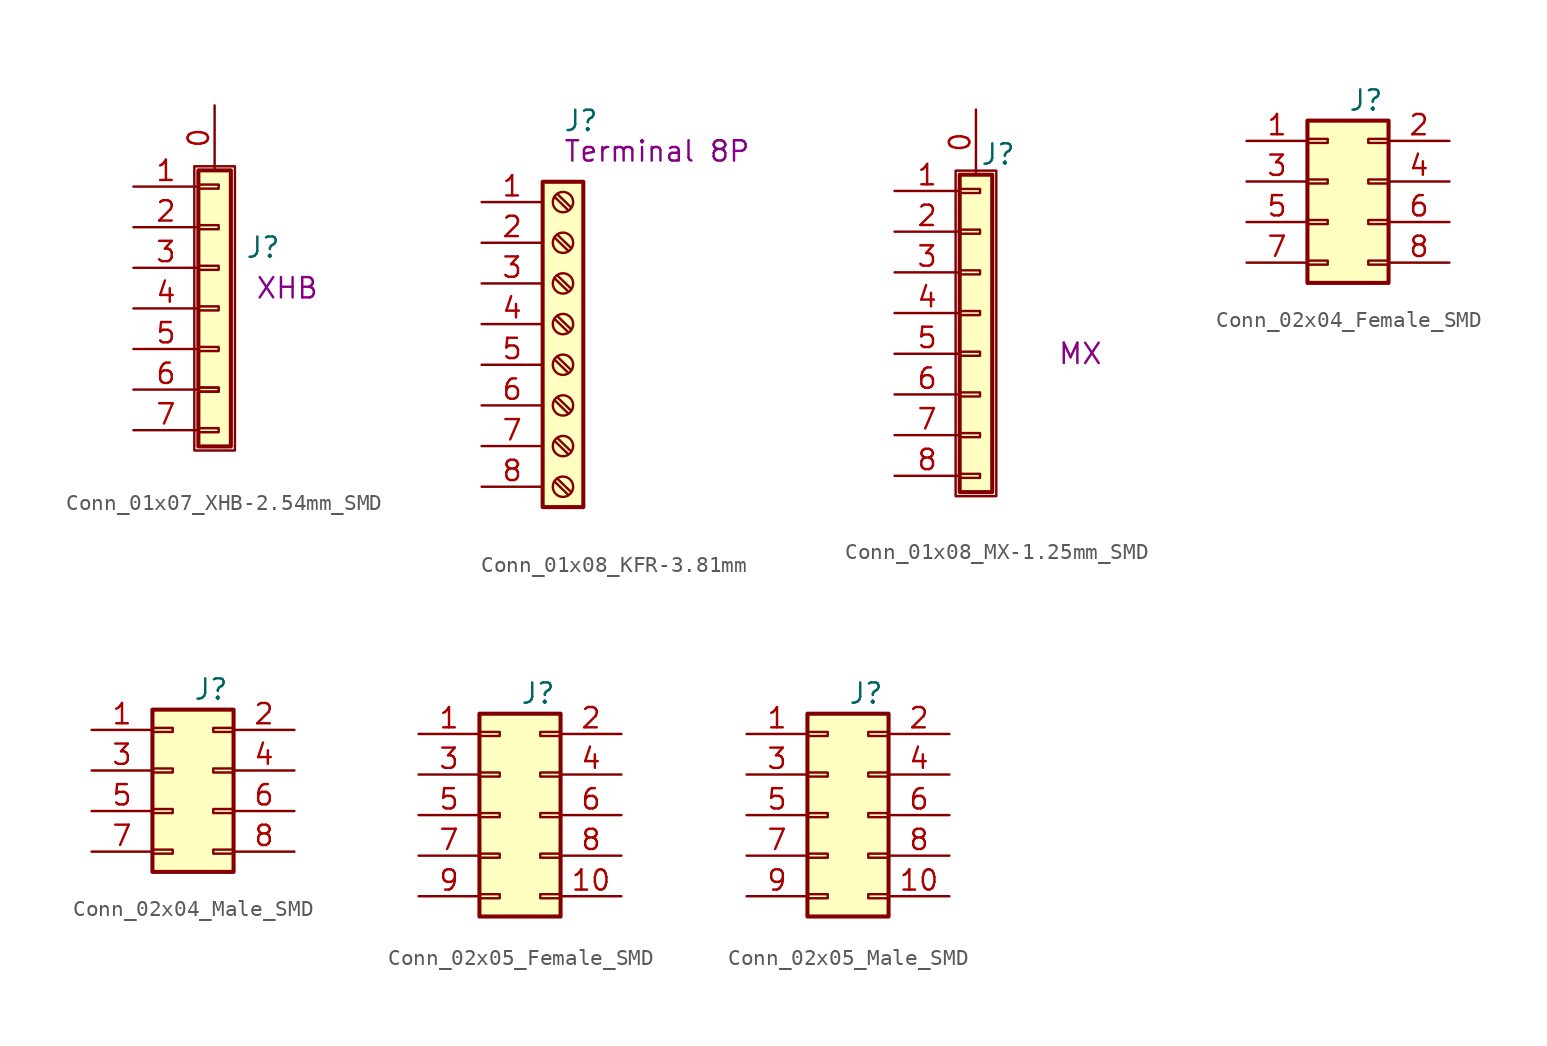
<source format=kicad_sym>
(kicad_symbol_lib
  (version 20211014)
  (generator kicad_symbol_editor)
  (symbol "Conn_01x07_XHB-2.54mm_SMD"
    (pin_names
      (offset 1.016) hide)
    (property "Reference" "J"
      (at 1.905 3.81 0)
      (effects (font (size 1.27 1.27)) (justify left)))
    (property "Symbol" "XHB"
      (at 2.54 1.27 0)
      (effects (font (size 1.27 1.27)) (justify left)))
    (symbol "Conn_01x07_XHB-2.54mm_SMD_1_1"
      (rectangle (start -1.27 8.89) (end 1.27 -8.89) (stroke (width 0.152) (type default) (color 0 0 0 0)) (fill (type none)))
      (rectangle (start -1.016 -7.493) (end 0.254 -7.747) (stroke (width 0.152) (type default) (color 0 0 0 0)) (fill (type none)))
      (rectangle (start -1.016 -4.953) (end 0.254 -5.207) (stroke (width 0.152) (type default) (color 0 0 0 0)) (fill (type none)))
      (rectangle (start -1.016 -4.953) (end 0.254 -5.207) (stroke (width 0.152) (type default) (color 0 0 0 0)) (fill (type none)))
      (rectangle (start -1.016 -2.413) (end 0.254 -2.667) (stroke (width 0.152) (type default) (color 0 0 0 0)) (fill (type none)))
      (rectangle (start -1.016 0.127) (end 0.254 -0.127) (stroke (width 0.152) (type default) (color 0 0 0 0)) (fill (type none)))
      (rectangle (start -1.016 2.667) (end 0.254 2.413) (stroke (width 0.152) (type default) (color 0 0 0 0)) (fill (type none)))
      (rectangle (start -1.016 5.207) (end 0.254 4.953) (stroke (width 0.152) (type default) (color 0 0 0 0)) (fill (type none)))
      (rectangle (start -1.016 7.747) (end 0.254 7.493) (stroke (width 0.152) (type default) (color 0 0 0 0)) (fill (type none)))
      (rectangle (start -1.016 8.636) (end 1.016 -8.636) (stroke (width 0.254) (type default) (color 0 0 0 0)) (fill (type background)))
      (pin passive line (at 0 12.7 270) (length 4.064) (name "Pin_0" (effects (font (size 1.27 1.27)))) (number "0" (effects (font (size 1.27 1.27)))))
      (pin passive line (at -5.08 7.62 0) (length 4.064) (name "Pin_1" (effects (font (size 1.27 1.27)))) (number "1" (effects (font (size 1.27 1.27)))))
      (pin passive line (at -5.08 5.08 0) (length 4.064) (name "Pin_2" (effects (font (size 1.27 1.27)))) (number "2" (effects (font (size 1.27 1.27)))))
      (pin passive line (at -5.08 2.54 0) (length 4.064) (name "Pin_3" (effects (font (size 1.27 1.27)))) (number "3" (effects (font (size 1.27 1.27)))))
      (pin passive line (at -5.08 0 0) (length 4.064) (name "Pin_4" (effects (font (size 1.27 1.27)))) (number "4" (effects (font (size 1.27 1.27)))))
      (pin passive line (at -5.08 -2.54 0) (length 4.064) (name "Pin_5" (effects (font (size 1.27 1.27)))) (number "5" (effects (font (size 1.27 1.27)))))
      (pin passive line (at -5.08 -5.08 0) (length 4.064) (name "Pin_6" (effects (font (size 1.27 1.27)))) (number "6" (effects (font (size 1.27 1.27)))))
      (pin passive line (at -5.08 -7.62 0) (length 4.064) (name "Pin_7" (effects (font (size 1.27 1.27)))) (number "7" (effects (font (size 1.27 1.27)))))))
  (symbol "Conn_01x08_KFR-3.81mm"
    (pin_names
      (offset 1.016))
    (property "Reference" "J"
      (at 0 11.43 0)
      (effects (font (size 1.27 1.27)) (justify left)))
    (property "Symbol" "Terminal 8P"
      (at 0 9.525 0)
      (effects (font (size 1.27 1.27)) (justify left)))
    (symbol "Conn_01x08_KFR-3.81mm_1_1"
      (rectangle (start -1.27 7.62) (end 1.27 -12.7) (stroke (width 0.254) (type default) (color 0 0 0 0)) (fill (type background)))
      (circle (center 0 -11.43) (radius 0.635) (stroke (width 0.152) (type default) (color 0 0 0 0)) (fill (type none)))
      (circle (center 0 -8.89) (radius 0.635) (stroke (width 0.152) (type default) (color 0 0 0 0)) (fill (type none)))
      (circle (center 0 -6.35) (radius 0.635) (stroke (width 0.152) (type default) (color 0 0 0 0)) (fill (type none)))
      (circle (center 0 -3.81) (radius 0.635) (stroke (width 0.152) (type default) (color 0 0 0 0)) (fill (type none)))
      (circle (center 0 -1.27) (radius 0.635) (stroke (width 0.152) (type default) (color 0 0 0 0)) (fill (type none)))
      (polyline (pts (xy -0.533 -11.1) (xy 0.33 -11.938)) (stroke (width 0.152) (type default) (color 0 0 0 0)) (fill (type none)))
      (polyline (pts (xy -0.533 -8.56) (xy 0.33 -9.398)) (stroke (width 0.152) (type default) (color 0 0 0 0)) (fill (type none)))
      (polyline (pts (xy -0.533 -6.02) (xy 0.33 -6.858)) (stroke (width 0.152) (type default) (color 0 0 0 0)) (fill (type none)))
      (polyline (pts (xy -0.533 -3.48) (xy 0.33 -4.318)) (stroke (width 0.152) (type default) (color 0 0 0 0)) (fill (type none)))
      (polyline (pts (xy -0.533 -0.94) (xy 0.33 -1.778)) (stroke (width 0.152) (type default) (color 0 0 0 0)) (fill (type none)))
      (polyline (pts (xy -0.533 1.6) (xy 0.33 0.762)) (stroke (width 0.152) (type default) (color 0 0 0 0)) (fill (type none)))
      (polyline (pts (xy -0.533 4.14) (xy 0.33 3.302)) (stroke (width 0.152) (type default) (color 0 0 0 0)) (fill (type none)))
      (polyline (pts (xy -0.533 6.68) (xy 0.33 5.842)) (stroke (width 0.152) (type default) (color 0 0 0 0)) (fill (type none)))
      (polyline (pts (xy -0.356 -10.922) (xy 0.508 -11.76)) (stroke (width 0.152) (type default) (color 0 0 0 0)) (fill (type none)))
      (polyline (pts (xy -0.356 -8.382) (xy 0.508 -9.22)) (stroke (width 0.152) (type default) (color 0 0 0 0)) (fill (type none)))
      (polyline (pts (xy -0.356 -5.842) (xy 0.508 -6.68)) (stroke (width 0.152) (type default) (color 0 0 0 0)) (fill (type none)))
      (polyline (pts (xy -0.356 -3.302) (xy 0.508 -4.14)) (stroke (width 0.152) (type default) (color 0 0 0 0)) (fill (type none)))
      (polyline (pts (xy -0.356 -0.762) (xy 0.508 -1.6)) (stroke (width 0.152) (type default) (color 0 0 0 0)) (fill (type none)))
      (polyline (pts (xy -0.356 1.778) (xy 0.508 0.94)) (stroke (width 0.152) (type default) (color 0 0 0 0)) (fill (type none)))
      (polyline (pts (xy -0.356 4.318) (xy 0.508 3.48)) (stroke (width 0.152) (type default) (color 0 0 0 0)) (fill (type none)))
      (polyline (pts (xy -0.356 6.858) (xy 0.508 6.02)) (stroke (width 0.152) (type default) (color 0 0 0 0)) (fill (type none)))
      (circle (center 0 1.27) (radius 0.635) (stroke (width 0.152) (type default) (color 0 0 0 0)) (fill (type none)))
      (circle (center 0 3.81) (radius 0.635) (stroke (width 0.152) (type default) (color 0 0 0 0)) (fill (type none)))
      (circle (center 0 6.35) (radius 0.635) (stroke (width 0.152) (type default) (color 0 0 0 0)) (fill (type none)))
      (pin passive line (at -5.08 6.35 0) (length 3.81) (name "~" (effects (font (size 1.27 1.27)))) (number "1" (effects (font (size 1.27 1.27)))))
      (pin passive line (at -5.08 3.81 0) (length 3.81) (name "~" (effects (font (size 1.27 1.27)))) (number "2" (effects (font (size 1.27 1.27)))))
      (pin passive line (at -5.08 1.27 0) (length 3.81) (name "~" (effects (font (size 1.27 1.27)))) (number "3" (effects (font (size 1.27 1.27)))))
      (pin passive line (at -5.08 -1.27 0) (length 3.81) (name "~" (effects (font (size 1.27 1.27)))) (number "4" (effects (font (size 1.27 1.27)))))
      (pin passive line (at -5.08 -3.81 0) (length 3.81) (name "~" (effects (font (size 1.27 1.27)))) (number "5" (effects (font (size 1.27 1.27)))))
      (pin passive line (at -5.08 -6.35 0) (length 3.81) (name "~" (effects (font (size 1.27 1.27)))) (number "6" (effects (font (size 1.27 1.27)))))
      (pin passive line (at -5.08 -8.89 0) (length 3.81) (name "~" (effects (font (size 1.27 1.27)))) (number "7" (effects (font (size 1.27 1.27)))))
      (pin passive line (at -5.08 -11.43 0) (length 3.81) (name "~" (effects (font (size 1.27 1.27)))) (number "8" (effects (font (size 1.27 1.27)))))))
  (symbol "Conn_01x08_MX-1.25mm_SMD"
    (pin_names
      (offset 1.016) hide)
    (property "Reference" "J"
      (at 0.254 12.446 0)
      (effects (font (size 1.27 1.27)) (justify left)))
    (property "Symbol" "MX"
      (at 5.08 0 0)
      (effects (font (size 1.27 1.27)) (justify left)))
    (symbol "Conn_01x08_MX-1.25mm_SMD_1_1"
      (rectangle (start -1.27 11.43) (end 1.27 -8.89) (stroke (width 0.152) (type default) (color 0 0 0 0)) (fill (type none)))
      (rectangle (start -1.016 -7.493) (end 0.254 -7.747) (stroke (width 0.152) (type default) (color 0 0 0 0)) (fill (type none)))
      (rectangle (start -1.016 -4.953) (end 0.254 -5.207) (stroke (width 0.152) (type default) (color 0 0 0 0)) (fill (type none)))
      (rectangle (start -1.016 -2.413) (end 0.254 -2.667) (stroke (width 0.152) (type default) (color 0 0 0 0)) (fill (type none)))
      (rectangle (start -1.016 0.127) (end 0.254 -0.127) (stroke (width 0.152) (type default) (color 0 0 0 0)) (fill (type none)))
      (rectangle (start -1.016 2.667) (end 0.254 2.413) (stroke (width 0.152) (type default) (color 0 0 0 0)) (fill (type none)))
      (rectangle (start -1.016 5.207) (end 0.254 4.953) (stroke (width 0.152) (type default) (color 0 0 0 0)) (fill (type none)))
      (rectangle (start -1.016 7.747) (end 0.254 7.493) (stroke (width 0.152) (type default) (color 0 0 0 0)) (fill (type none)))
      (rectangle (start -1.016 10.287) (end 0.254 10.033) (stroke (width 0.152) (type default) (color 0 0 0 0)) (fill (type none)))
      (rectangle (start -1.016 11.176) (end 1.016 -8.636) (stroke (width 0.254) (type default) (color 0 0 0 0)) (fill (type background)))
      (pin passive line (at 0 15.24 270) (length 4.064) (name "Pin_0" (effects (font (size 1.27 1.27)))) (number "0" (effects (font (size 1.27 1.27)))))
      (pin passive line (at -5.08 10.16 0) (length 4.064) (name "Pin_1" (effects (font (size 1.27 1.27)))) (number "1" (effects (font (size 1.27 1.27)))))
      (pin passive line (at -5.08 7.62 0) (length 4.064) (name "Pin_2" (effects (font (size 1.27 1.27)))) (number "2" (effects (font (size 1.27 1.27)))))
      (pin passive line (at -5.08 5.08 0) (length 4.064) (name "Pin_3" (effects (font (size 1.27 1.27)))) (number "3" (effects (font (size 1.27 1.27)))))
      (pin passive line (at -5.08 2.54 0) (length 4.064) (name "Pin_4" (effects (font (size 1.27 1.27)))) (number "4" (effects (font (size 1.27 1.27)))))
      (pin passive line (at -5.08 0 0) (length 4.064) (name "Pin_5" (effects (font (size 1.27 1.27)))) (number "5" (effects (font (size 1.27 1.27)))))
      (pin passive line (at -5.08 -2.54 0) (length 4.064) (name "Pin_6" (effects (font (size 1.27 1.27)))) (number "6" (effects (font (size 1.27 1.27)))))
      (pin passive line (at -5.08 -5.08 0) (length 4.064) (name "Pin_7" (effects (font (size 1.27 1.27)))) (number "7" (effects (font (size 1.27 1.27)))))
      (pin passive line (at -5.08 -7.62 0) (length 4.064) (name "Pin_8" (effects (font (size 1.27 1.27)))) (number "8" (effects (font (size 1.27 1.27)))))))
  (symbol "Conn_02x04_Female_SMD"
    (pin_names
      (offset 1.016) hide)
    (property "Reference" "J"
      (at 0 6.35 0)
      (effects (font (size 1.27 1.27)) (justify left)))
    (property "Symbol" ""
      (at -1.27 -1.27 0)
      (effects (font (size 1.27 1.27)) (justify left)))
    (symbol "Conn_02x04_Female_SMD_1_1"
      (rectangle (start -2.54 -3.683) (end -1.27 -3.937) (stroke (width 0.152) (type default) (color 0 0 0 0)) (fill (type none)))
      (rectangle (start -2.54 -1.143) (end -1.27 -1.397) (stroke (width 0.152) (type default) (color 0 0 0 0)) (fill (type none)))
      (rectangle (start -2.54 1.397) (end -1.27 1.143) (stroke (width 0.152) (type default) (color 0 0 0 0)) (fill (type none)))
      (rectangle (start -2.54 3.937) (end -1.27 3.683) (stroke (width 0.152) (type default) (color 0 0 0 0)) (fill (type none)))
      (rectangle (start -2.54 5.08) (end 2.54 -5.08) (stroke (width 0.254) (type default) (color 0 0 0 0)) (fill (type background)))
      (rectangle (start 2.54 -3.683) (end 1.27 -3.937) (stroke (width 0.152) (type default) (color 0 0 0 0)) (fill (type none)))
      (rectangle (start 2.54 -1.143) (end 1.27 -1.397) (stroke (width 0.152) (type default) (color 0 0 0 0)) (fill (type none)))
      (rectangle (start 2.54 1.397) (end 1.27 1.143) (stroke (width 0.152) (type default) (color 0 0 0 0)) (fill (type none)))
      (rectangle (start 2.54 3.937) (end 1.27 3.683) (stroke (width 0.152) (type default) (color 0 0 0 0)) (fill (type none)))
      (pin passive line (at -6.35 3.81 0) (length 3.81) (name "Pin_1" (effects (font (size 1.27 1.27)))) (number "1" (effects (font (size 1.27 1.27)))))
      (pin passive line (at 6.35 3.81 180) (length 3.81) (name "Pin_2" (effects (font (size 1.27 1.27)))) (number "2" (effects (font (size 1.27 1.27)))))
      (pin passive line (at -6.35 1.27 0) (length 3.81) (name "Pin_3" (effects (font (size 1.27 1.27)))) (number "3" (effects (font (size 1.27 1.27)))))
      (pin passive line (at 6.35 1.27 180) (length 3.81) (name "Pin_4" (effects (font (size 1.27 1.27)))) (number "4" (effects (font (size 1.27 1.27)))))
      (pin passive line (at -6.35 -1.27 0) (length 3.81) (name "Pin_5" (effects (font (size 1.27 1.27)))) (number "5" (effects (font (size 1.27 1.27)))))
      (pin passive line (at 6.35 -1.27 180) (length 3.81) (name "Pin_6" (effects (font (size 1.27 1.27)))) (number "6" (effects (font (size 1.27 1.27)))))
      (pin passive line (at -6.35 -3.81 0) (length 3.81) (name "Pin_7" (effects (font (size 1.27 1.27)))) (number "7" (effects (font (size 1.27 1.27)))))
      (pin passive line (at 6.35 -3.81 180) (length 3.81) (name "Pin_8" (effects (font (size 1.27 1.27)))) (number "8" (effects (font (size 1.27 1.27)))))))
  (symbol "Conn_02x04_Male_SMD"
    (pin_names
      (offset 1.016) hide)
    (property "Reference" "J"
      (at 0 6.35 0)
      (effects (font (size 1.27 1.27)) (justify left)))
    (property "Symbol" ""
      (at -1.27 -1.27 0)
      (effects (font (size 1.27 1.27)) (justify left)))
    (symbol "Conn_02x04_Male_SMD_1_1"
      (rectangle (start -2.54 -3.683) (end -1.27 -3.937) (stroke (width 0.152) (type default) (color 0 0 0 0)) (fill (type none)))
      (rectangle (start -2.54 -1.143) (end -1.27 -1.397) (stroke (width 0.152) (type default) (color 0 0 0 0)) (fill (type none)))
      (rectangle (start -2.54 1.397) (end -1.27 1.143) (stroke (width 0.152) (type default) (color 0 0 0 0)) (fill (type none)))
      (rectangle (start -2.54 3.937) (end -1.27 3.683) (stroke (width 0.152) (type default) (color 0 0 0 0)) (fill (type none)))
      (rectangle (start -2.54 5.08) (end 2.54 -5.08) (stroke (width 0.254) (type default) (color 0 0 0 0)) (fill (type background)))
      (rectangle (start 2.54 -3.683) (end 1.27 -3.937) (stroke (width 0.152) (type default) (color 0 0 0 0)) (fill (type none)))
      (rectangle (start 2.54 -1.143) (end 1.27 -1.397) (stroke (width 0.152) (type default) (color 0 0 0 0)) (fill (type none)))
      (rectangle (start 2.54 1.397) (end 1.27 1.143) (stroke (width 0.152) (type default) (color 0 0 0 0)) (fill (type none)))
      (rectangle (start 2.54 3.937) (end 1.27 3.683) (stroke (width 0.152) (type default) (color 0 0 0 0)) (fill (type none)))
      (pin passive line (at -6.35 3.81 0) (length 3.81) (name "Pin_1" (effects (font (size 1.27 1.27)))) (number "1" (effects (font (size 1.27 1.27)))))
      (pin passive line (at 6.35 3.81 180) (length 3.81) (name "Pin_2" (effects (font (size 1.27 1.27)))) (number "2" (effects (font (size 1.27 1.27)))))
      (pin passive line (at -6.35 1.27 0) (length 3.81) (name "Pin_3" (effects (font (size 1.27 1.27)))) (number "3" (effects (font (size 1.27 1.27)))))
      (pin passive line (at 6.35 1.27 180) (length 3.81) (name "Pin_4" (effects (font (size 1.27 1.27)))) (number "4" (effects (font (size 1.27 1.27)))))
      (pin passive line (at -6.35 -1.27 0) (length 3.81) (name "Pin_5" (effects (font (size 1.27 1.27)))) (number "5" (effects (font (size 1.27 1.27)))))
      (pin passive line (at 6.35 -1.27 180) (length 3.81) (name "Pin_6" (effects (font (size 1.27 1.27)))) (number "6" (effects (font (size 1.27 1.27)))))
      (pin passive line (at -6.35 -3.81 0) (length 3.81) (name "Pin_7" (effects (font (size 1.27 1.27)))) (number "7" (effects (font (size 1.27 1.27)))))
      (pin passive line (at 6.35 -3.81 180) (length 3.81) (name "Pin_8" (effects (font (size 1.27 1.27)))) (number "8" (effects (font (size 1.27 1.27)))))))
  (symbol "Conn_02x05_Female_SMD"
    (pin_names
      (offset 1.016) hide)
    (property "Reference" "J"
      (at 1.27 7.62 0)
      (effects (font (size 1.27 1.27)) (justify left)))
    (property "Symbol" ""
      (at 0 0 0)
      (effects (font (size 1.27 1.27)) (justify left)))
    (symbol "Conn_02x05_Female_SMD_1_1"
      (rectangle (start -1.27 -4.953) (end 0 -5.207) (stroke (width 0.152) (type default) (color 0 0 0 0)) (fill (type none)))
      (rectangle (start -1.27 -2.413) (end 0 -2.667) (stroke (width 0.152) (type default) (color 0 0 0 0)) (fill (type none)))
      (rectangle (start -1.27 0.127) (end 0 -0.127) (stroke (width 0.152) (type default) (color 0 0 0 0)) (fill (type none)))
      (rectangle (start -1.27 2.667) (end 0 2.413) (stroke (width 0.152) (type default) (color 0 0 0 0)) (fill (type none)))
      (rectangle (start -1.27 5.207) (end 0 4.953) (stroke (width 0.152) (type default) (color 0 0 0 0)) (fill (type none)))
      (rectangle (start -1.27 6.35) (end 3.81 -6.35) (stroke (width 0.254) (type default) (color 0 0 0 0)) (fill (type background)))
      (rectangle (start 3.81 -4.953) (end 2.54 -5.207) (stroke (width 0.152) (type default) (color 0 0 0 0)) (fill (type none)))
      (rectangle (start 3.81 -2.413) (end 2.54 -2.667) (stroke (width 0.152) (type default) (color 0 0 0 0)) (fill (type none)))
      (rectangle (start 3.81 0.127) (end 2.54 -0.127) (stroke (width 0.152) (type default) (color 0 0 0 0)) (fill (type none)))
      (rectangle (start 3.81 2.667) (end 2.54 2.413) (stroke (width 0.152) (type default) (color 0 0 0 0)) (fill (type none)))
      (rectangle (start 3.81 5.207) (end 2.54 4.953) (stroke (width 0.152) (type default) (color 0 0 0 0)) (fill (type none)))
      (pin passive line (at -5.08 5.08 0) (length 3.81) (name "Pin_1" (effects (font (size 1.27 1.27)))) (number "1" (effects (font (size 1.27 1.27)))))
      (pin passive line (at 7.62 -5.08 180) (length 3.81) (name "Pin_10" (effects (font (size 1.27 1.27)))) (number "10" (effects (font (size 1.27 1.27)))))
      (pin passive line (at 7.62 5.08 180) (length 3.81) (name "Pin_2" (effects (font (size 1.27 1.27)))) (number "2" (effects (font (size 1.27 1.27)))))
      (pin passive line (at -5.08 2.54 0) (length 3.81) (name "Pin_3" (effects (font (size 1.27 1.27)))) (number "3" (effects (font (size 1.27 1.27)))))
      (pin passive line (at 7.62 2.54 180) (length 3.81) (name "Pin_4" (effects (font (size 1.27 1.27)))) (number "4" (effects (font (size 1.27 1.27)))))
      (pin passive line (at -5.08 0 0) (length 3.81) (name "Pin_5" (effects (font (size 1.27 1.27)))) (number "5" (effects (font (size 1.27 1.27)))))
      (pin passive line (at 7.62 0 180) (length 3.81) (name "Pin_6" (effects (font (size 1.27 1.27)))) (number "6" (effects (font (size 1.27 1.27)))))
      (pin passive line (at -5.08 -2.54 0) (length 3.81) (name "Pin_7" (effects (font (size 1.27 1.27)))) (number "7" (effects (font (size 1.27 1.27)))))
      (pin passive line (at 7.62 -2.54 180) (length 3.81) (name "Pin_8" (effects (font (size 1.27 1.27)))) (number "8" (effects (font (size 1.27 1.27)))))
      (pin passive line (at -5.08 -5.08 0) (length 3.81) (name "Pin_9" (effects (font (size 1.27 1.27)))) (number "9" (effects (font (size 1.27 1.27)))))))
  (symbol "Conn_02x05_Male_SMD"
    (pin_names
      (offset 1.016) hide)
    (property "Reference" "J"
      (at 1.27 7.62 0)
      (effects (font (size 1.27 1.27)) (justify left)))
    (property "Symbol" ""
      (at 0 0 0)
      (effects (font (size 1.27 1.27)) (justify left)))
    (symbol "Conn_02x05_Male_SMD_1_1"
      (rectangle (start -1.27 -4.953) (end 0 -5.207) (stroke (width 0.152) (type default) (color 0 0 0 0)) (fill (type none)))
      (rectangle (start -1.27 -2.413) (end 0 -2.667) (stroke (width 0.152) (type default) (color 0 0 0 0)) (fill (type none)))
      (rectangle (start -1.27 0.127) (end 0 -0.127) (stroke (width 0.152) (type default) (color 0 0 0 0)) (fill (type none)))
      (rectangle (start -1.27 2.667) (end 0 2.413) (stroke (width 0.152) (type default) (color 0 0 0 0)) (fill (type none)))
      (rectangle (start -1.27 5.207) (end 0 4.953) (stroke (width 0.152) (type default) (color 0 0 0 0)) (fill (type none)))
      (rectangle (start -1.27 6.35) (end 3.81 -6.35) (stroke (width 0.254) (type default) (color 0 0 0 0)) (fill (type background)))
      (rectangle (start 3.81 -4.953) (end 2.54 -5.207) (stroke (width 0.152) (type default) (color 0 0 0 0)) (fill (type none)))
      (rectangle (start 3.81 -2.413) (end 2.54 -2.667) (stroke (width 0.152) (type default) (color 0 0 0 0)) (fill (type none)))
      (rectangle (start 3.81 0.127) (end 2.54 -0.127) (stroke (width 0.152) (type default) (color 0 0 0 0)) (fill (type none)))
      (rectangle (start 3.81 2.667) (end 2.54 2.413) (stroke (width 0.152) (type default) (color 0 0 0 0)) (fill (type none)))
      (rectangle (start 3.81 5.207) (end 2.54 4.953) (stroke (width 0.152) (type default) (color 0 0 0 0)) (fill (type none)))
      (pin passive line (at -5.08 5.08 0) (length 3.81) (name "Pin_1" (effects (font (size 1.27 1.27)))) (number "1" (effects (font (size 1.27 1.27)))))
      (pin passive line (at 7.62 -5.08 180) (length 3.81) (name "Pin_10" (effects (font (size 1.27 1.27)))) (number "10" (effects (font (size 1.27 1.27)))))
      (pin passive line (at 7.62 5.08 180) (length 3.81) (name "Pin_2" (effects (font (size 1.27 1.27)))) (number "2" (effects (font (size 1.27 1.27)))))
      (pin passive line (at -5.08 2.54 0) (length 3.81) (name "Pin_3" (effects (font (size 1.27 1.27)))) (number "3" (effects (font (size 1.27 1.27)))))
      (pin passive line (at 7.62 2.54 180) (length 3.81) (name "Pin_4" (effects (font (size 1.27 1.27)))) (number "4" (effects (font (size 1.27 1.27)))))
      (pin passive line (at -5.08 0 0) (length 3.81) (name "Pin_5" (effects (font (size 1.27 1.27)))) (number "5" (effects (font (size 1.27 1.27)))))
      (pin passive line (at 7.62 0 180) (length 3.81) (name "Pin_6" (effects (font (size 1.27 1.27)))) (number "6" (effects (font (size 1.27 1.27)))))
      (pin passive line (at -5.08 -2.54 0) (length 3.81) (name "Pin_7" (effects (font (size 1.27 1.27)))) (number "7" (effects (font (size 1.27 1.27)))))
      (pin passive line (at 7.62 -2.54 180) (length 3.81) (name "Pin_8" (effects (font (size 1.27 1.27)))) (number "8" (effects (font (size 1.27 1.27)))))
      (pin passive line (at -5.08 -5.08 0) (length 3.81) (name "Pin_9" (effects (font (size 1.27 1.27)))) (number "9" (effects (font (size 1.27 1.27))))))))
</source>
